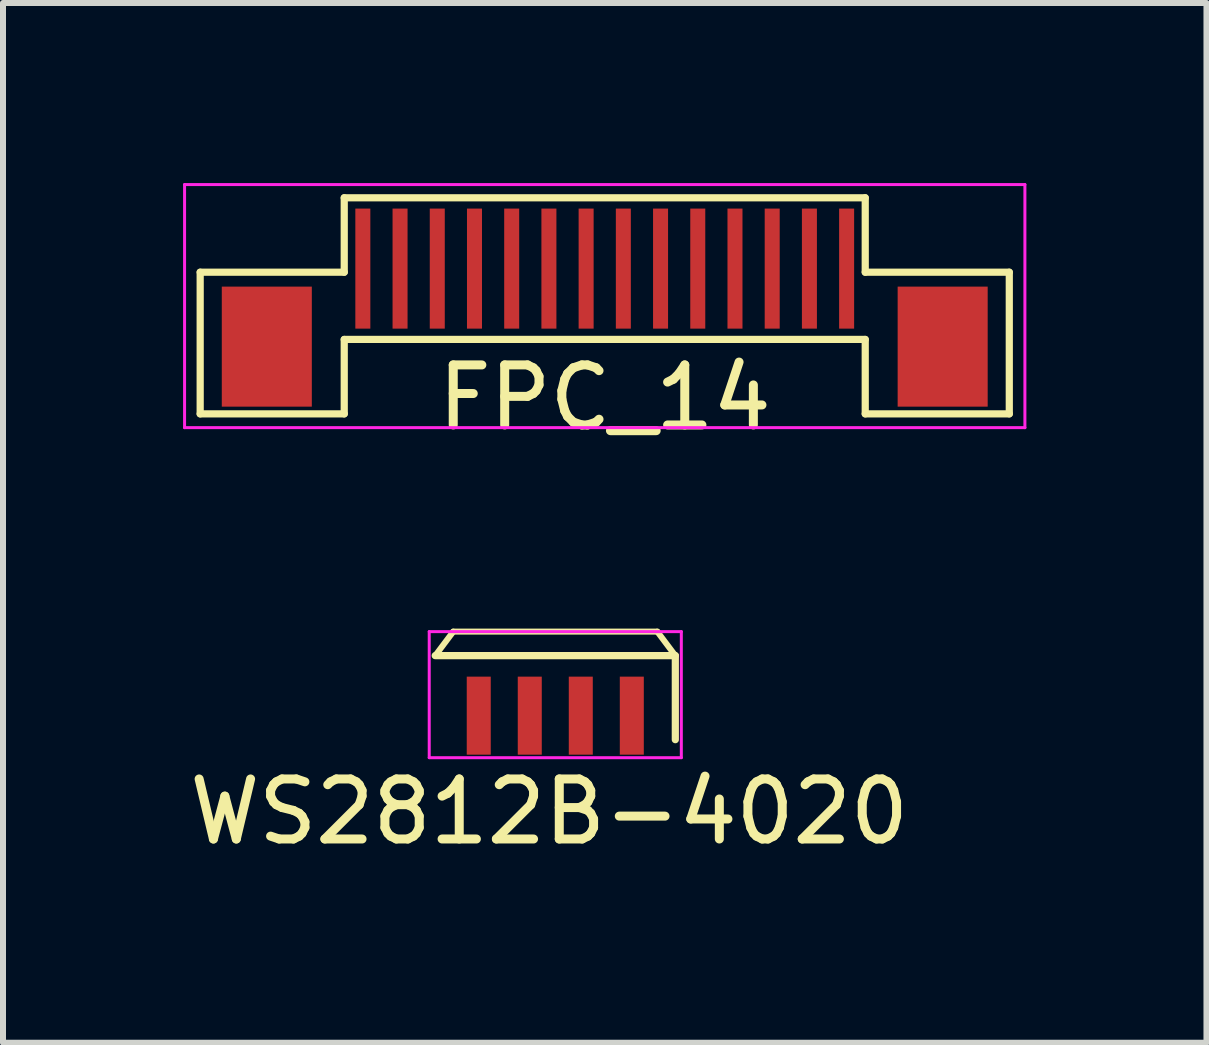
<source format=kicad_pcb>
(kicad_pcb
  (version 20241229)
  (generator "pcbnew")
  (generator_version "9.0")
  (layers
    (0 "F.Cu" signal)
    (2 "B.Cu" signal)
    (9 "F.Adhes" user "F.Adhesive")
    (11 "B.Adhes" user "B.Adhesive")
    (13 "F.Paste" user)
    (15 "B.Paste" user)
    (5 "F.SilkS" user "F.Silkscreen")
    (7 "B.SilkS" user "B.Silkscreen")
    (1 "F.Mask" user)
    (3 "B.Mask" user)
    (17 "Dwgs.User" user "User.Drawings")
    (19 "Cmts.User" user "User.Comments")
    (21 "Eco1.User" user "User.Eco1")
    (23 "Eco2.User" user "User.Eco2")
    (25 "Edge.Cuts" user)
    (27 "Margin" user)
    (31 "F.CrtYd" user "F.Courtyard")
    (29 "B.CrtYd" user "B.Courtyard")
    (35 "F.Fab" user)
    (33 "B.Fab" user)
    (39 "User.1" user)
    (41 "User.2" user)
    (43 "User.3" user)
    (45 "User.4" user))
  (footprint "WS2812B-4020"
    (layer "F.Cu")
    (at 6.201 8.873)
    (property "Reference" "WS2812B-4020" (at -0.1 1.6 0) (layer "F.SilkS") (effects (font (size 1 1) (thickness 0.15))))
    (attr smd)
    (fp_line (start -2 -1) (end -1.7 -1.4) (stroke (width 0.1) (type default)) (layer "F.SilkS"))
    (fp_line (start -2 -1) (end 2 -1) (stroke (width 0.12) (type default)) (layer "F.SilkS"))
    (fp_line (start -1.7 -1.4) (end 1.7 -1.4) (stroke (width 0.1) (type default)) (layer "F.SilkS"))
    (fp_line (start 1.7 -1.4) (end 2 -1) (stroke (width 0.1) (type default)) (layer "F.SilkS"))
    (fp_line (start 2 0.4) (end 2 -1) (stroke (width 0.12) (type default)) (layer "F.SilkS"))
    (fp_line (start -2.1 -1.4) (end 2.1 -1.4) (stroke (width 0.05) (type default)) (layer "F.CrtYd"))
    (fp_line (start -2.1 0.7) (end -2.1 -1.4) (stroke (width 0.05) (type default)) (layer "F.CrtYd"))
    (fp_line (start 2.1 -1.4) (end 2.1 0.7) (stroke (width 0.05) (type default)) (layer "F.CrtYd"))
    (fp_line (start 2.1 0.7) (end -2.1 0.7) (stroke (width 0.05) (type default)) (layer "F.CrtYd"))
    (pad "1" smd rect (at 1.275 0 180) (size 0.4 1.3) (layers "F.Cu" "F.Mask" "F.Paste"))
    (pad "2" smd rect (at 0.425 0 180) (size 0.4 1.3) (layers "F.Cu" "F.Mask" "F.Paste"))
    (pad "3" smd rect (at -0.425 0 180) (size 0.4 1.3) (layers "F.Cu" "F.Mask" "F.Paste"))
    (pad "4" smd rect (at -1.275 0 180) (size 0.4 1.3) (layers "F.Cu" "F.Mask" "F.Paste")))
  (footprint "FPC_14"
    (layer "F.Cu")
    (at 7.025 1.425)
    (property "Reference" "FPC_14" (at 0 2.15 0) (layer "F.SilkS") (effects (font (size 1 1) (thickness 0.15))))
    (attr smd)
    (fp_line (start -6.74 0.06) (end -4.34 0.06) (stroke (width 0.12) (type default)) (layer "F.SilkS"))
    (fp_line (start -6.74 2.42) (end -6.74 0.06) (stroke (width 0.12) (type default)) (layer "F.SilkS"))
    (fp_line (start -4.34 -1.18) (end 4.34 -1.18) (stroke (width 0.12) (type default)) (layer "F.SilkS"))
    (fp_line (start -4.34 0.06) (end -4.34 -1.18) (stroke (width 0.12) (type default)) (layer "F.SilkS"))
    (fp_line (start -4.34 1.18) (end -4.34 2.42) (stroke (width 0.12) (type default)) (layer "F.SilkS"))
    (fp_line (start -4.34 1.18) (end 4.34 1.18) (stroke (width 0.12) (type default)) (layer "F.SilkS"))
    (fp_line (start -4.34 2.42) (end -6.74 2.42) (stroke (width 0.12) (type default)) (layer "F.SilkS"))
    (fp_line (start 4.34 0.06) (end 4.34 -1.18) (stroke (width 0.12) (type default)) (layer "F.SilkS"))
    (fp_line (start 4.34 1.18) (end 4.34 2.42) (stroke (width 0.12) (type default)) (layer "F.SilkS"))
    (fp_line (start 4.34 2.42) (end 6.74 2.42) (stroke (width 0.12) (type default)) (layer "F.SilkS"))
    (fp_line (start 6.74 0.06) (end 4.34 0.06) (stroke (width 0.12) (type default)) (layer "F.SilkS"))
    (fp_line (start 6.74 2.42) (end 6.74 0.06) (stroke (width 0.12) (type default)) (layer "F.SilkS"))
    (fp_line (start -7 -1.4) (end -7 2.65) (stroke (width 0.05) (type default)) (layer "F.CrtYd"))
    (fp_line (start -7 -1.4) (end 7 -1.4) (stroke (width 0.05) (type default)) (layer "F.CrtYd"))
    (fp_line (start -7 2.65) (end 7 2.65) (stroke (width 0.05) (type default)) (layer "F.CrtYd"))
    (fp_line (start 7 -1.4) (end 7 2.65) (stroke (width 0.05) (type default)) (layer "F.CrtYd"))
    (pad "0" smd rect (at -5.63 1.3) (size 1.5 2) (layers "F.Cu" "F.Mask" "F.Paste"))
    (pad "0" smd rect (at 5.63 1.3) (size 1.5 2) (layers "F.Cu" "F.Mask" "F.Paste"))
    (pad "1" smd rect (at -4.03 0) (size 0.25 2) (layers "F.Cu" "F.Mask" "F.Paste"))
    (pad "2" smd rect (at -3.41 0) (size 0.25 2) (layers "F.Cu" "F.Mask" "F.Paste"))
    (pad "3" smd rect (at -2.79 0) (size 0.25 2) (layers "F.Cu" "F.Mask" "F.Paste"))
    (pad "4" smd rect (at -2.17 0) (size 0.25 2) (layers "F.Cu" "F.Mask" "F.Paste"))
    (pad "5" smd rect (at -1.55 0) (size 0.25 2) (layers "F.Cu" "F.Mask" "F.Paste"))
    (pad "6" smd rect (at -0.93 0) (size 0.25 2) (layers "F.Cu" "F.Mask" "F.Paste"))
    (pad "7" smd rect (at -0.31 0) (size 0.25 2) (layers "F.Cu" "F.Mask" "F.Paste"))
    (pad "8" smd rect (at 0.31 0) (size 0.25 2) (layers "F.Cu" "F.Mask" "F.Paste"))
    (pad "9" smd rect (at 0.93 0) (size 0.25 2) (layers "F.Cu" "F.Mask" "F.Paste"))
    (pad "10" smd rect (at 1.55 0) (size 0.25 2) (layers "F.Cu" "F.Mask" "F.Paste"))
    (pad "11" smd rect (at 2.17 0) (size 0.25 2) (layers "F.Cu" "F.Mask" "F.Paste"))
    (pad "12" smd rect (at 2.79 0) (size 0.25 2) (layers "F.Cu" "F.Mask" "F.Paste"))
    (pad "13" smd rect (at 3.41 0) (size 0.25 2) (layers "F.Cu" "F.Mask" "F.Paste"))
    (pad "14" smd rect (at 4.03 0) (size 0.25 2) (layers "F.Cu" "F.Mask" "F.Paste")))
  (gr_rect
    (start -3 -3)
    (end 17.05 14.322)
    (stroke (width 0.1) (type default))
    (fill no)
    (layer "Edge.Cuts")))
</source>
